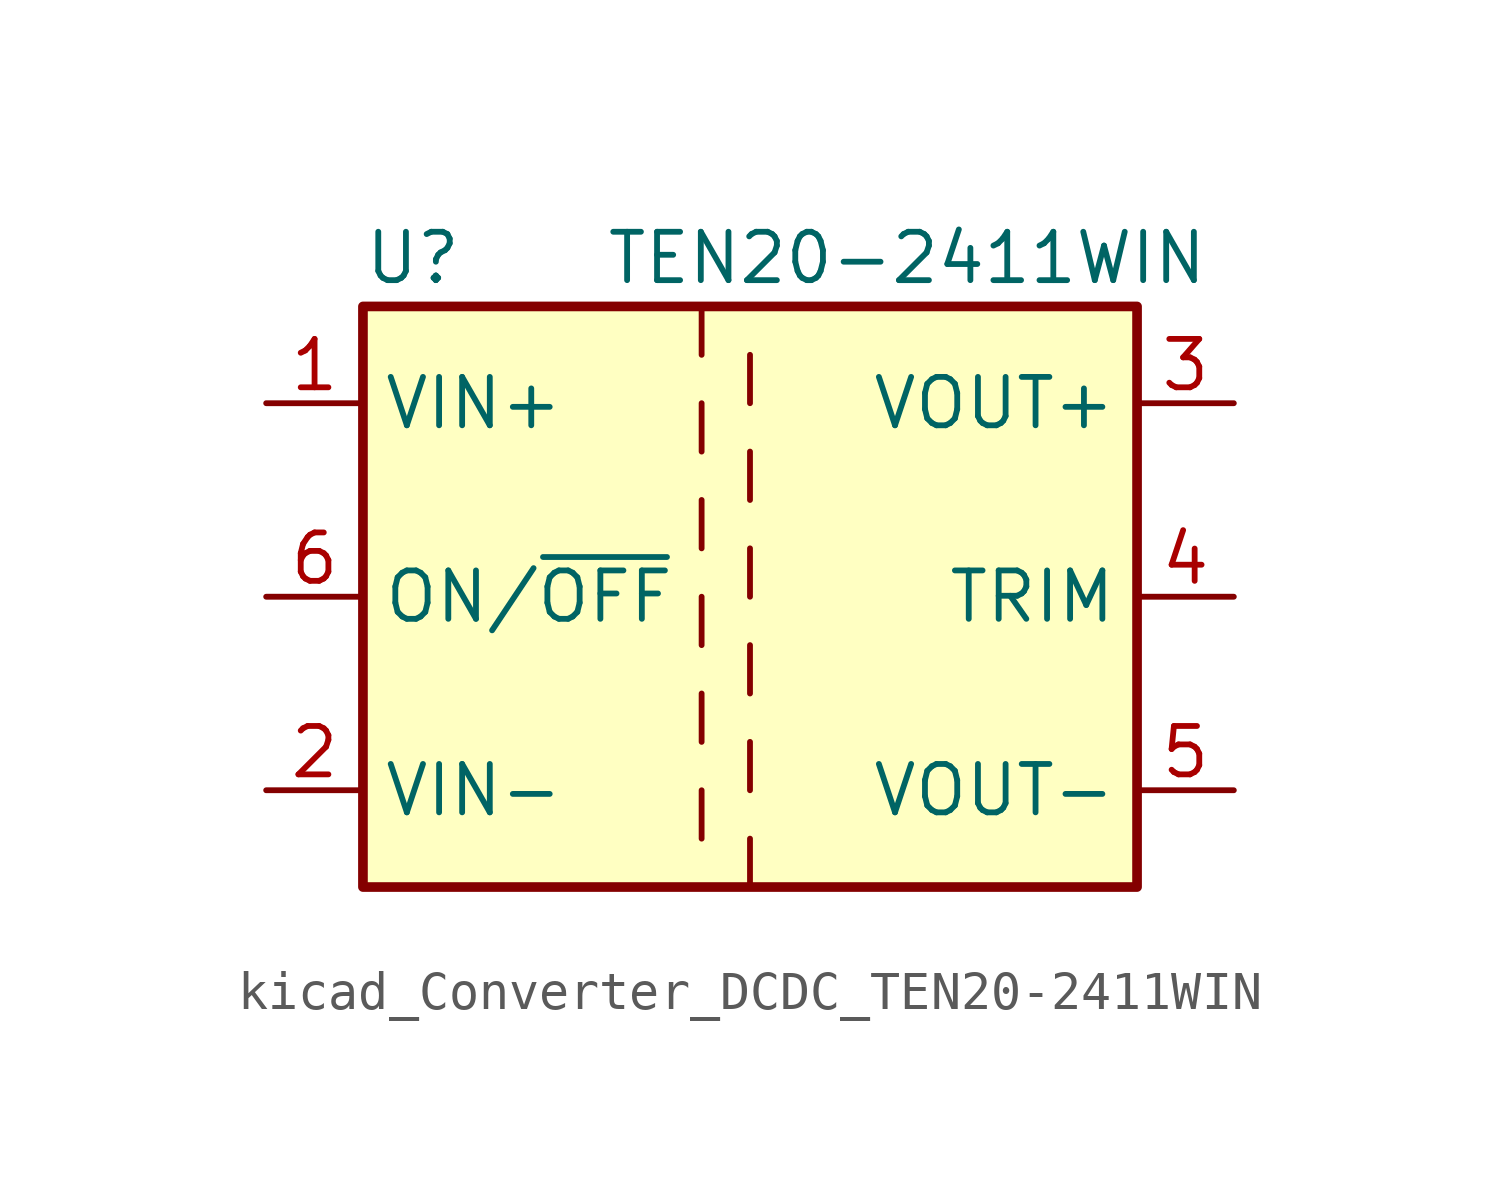
<source format=kicad_sym>
(kicad_symbol_lib
  (version 20220914)
  (generator kicad_symbol_editor)
  (symbol "kicad_Converter_DCDC_TEN20-2411WIN"
    (property "Reference" "U"
      (at -10.16 8.89 0)
      (effects (font (size 1.27 1.27)) (justify left)))
    (property "Value" "TEN20-2411WIN"
      (at -3.81 8.89 0)
      (effects (font (size 1.27 1.27)) (justify left)))
    (symbol "kicad_Converter_DCDC_TEN20-2411WIN_0_1"
      (rectangle (start -10.16 7.62) (end 10.16 -7.62) (stroke (width 0.254) (type default)) (fill (type background)))
      (polyline (pts (xy -1.27 -5.08) (xy -1.27 -6.35)) (stroke (width 0) (type default)) (fill (type none)))
      (polyline (pts (xy -1.27 -2.54) (xy -1.27 -3.81)) (stroke (width 0) (type default)) (fill (type none)))
      (polyline (pts (xy -1.27 0) (xy -1.27 -1.27)) (stroke (width 0) (type default)) (fill (type none)))
      (polyline (pts (xy -1.27 2.54) (xy -1.27 1.27)) (stroke (width 0) (type default)) (fill (type none)))
      (polyline (pts (xy -1.27 5.08) (xy -1.27 3.81)) (stroke (width 0) (type default)) (fill (type none)))
      (polyline (pts (xy -1.27 7.62) (xy -1.27 6.35)) (stroke (width 0) (type default)) (fill (type none)))
      (polyline (pts (xy 0 -7.62) (xy 0 -6.35)) (stroke (width 0) (type default)) (fill (type none)))
      (polyline (pts (xy 0 -5.08) (xy 0 -3.81)) (stroke (width 0) (type default)) (fill (type none)))
      (polyline (pts (xy 0 -1.27) (xy 0 -2.54)) (stroke (width 0) (type default)) (fill (type none)))
      (polyline (pts (xy 0 0) (xy 0 1.27)) (stroke (width 0) (type default)) (fill (type none)))
      (polyline (pts (xy 0 2.54) (xy 0 3.81)) (stroke (width 0) (type default)) (fill (type none)))
      (polyline (pts (xy 0 5.08) (xy 0 6.35)) (stroke (width 0) (type default)) (fill (type none))))
    (symbol "kicad_Converter_DCDC_TEN20-2411WIN_1_1"
      (pin power_in line (at -12.7 5.08 0) (length 2.54) (name "VIN+" (effects (font (size 1.27 1.27)))) (number "1" (effects (font (size 1.27 1.27)))))
      (pin power_in line (at -12.7 -5.08 0) (length 2.54) (name "VIN-" (effects (font (size 1.27 1.27)))) (number "2" (effects (font (size 1.27 1.27)))))
      (pin power_out line (at 12.7 5.08 180) (length 2.54) (name "VOUT+" (effects (font (size 1.27 1.27)))) (number "3" (effects (font (size 1.27 1.27)))))
      (pin passive line (at 12.7 0 180) (length 2.54) (name "TRIM" (effects (font (size 1.27 1.27)))) (number "4" (effects (font (size 1.27 1.27)))))
      (pin power_out line (at 12.7 -5.08 180) (length 2.54) (name "VOUT-" (effects (font (size 1.27 1.27)))) (number "5" (effects (font (size 1.27 1.27)))))
      (pin input line (at -12.7 0 0) (length 2.54) (name "ON/~{OFF}" (effects (font (size 1.27 1.27)))) (number "6" (effects (font (size 1.27 1.27))))))))
</source>
